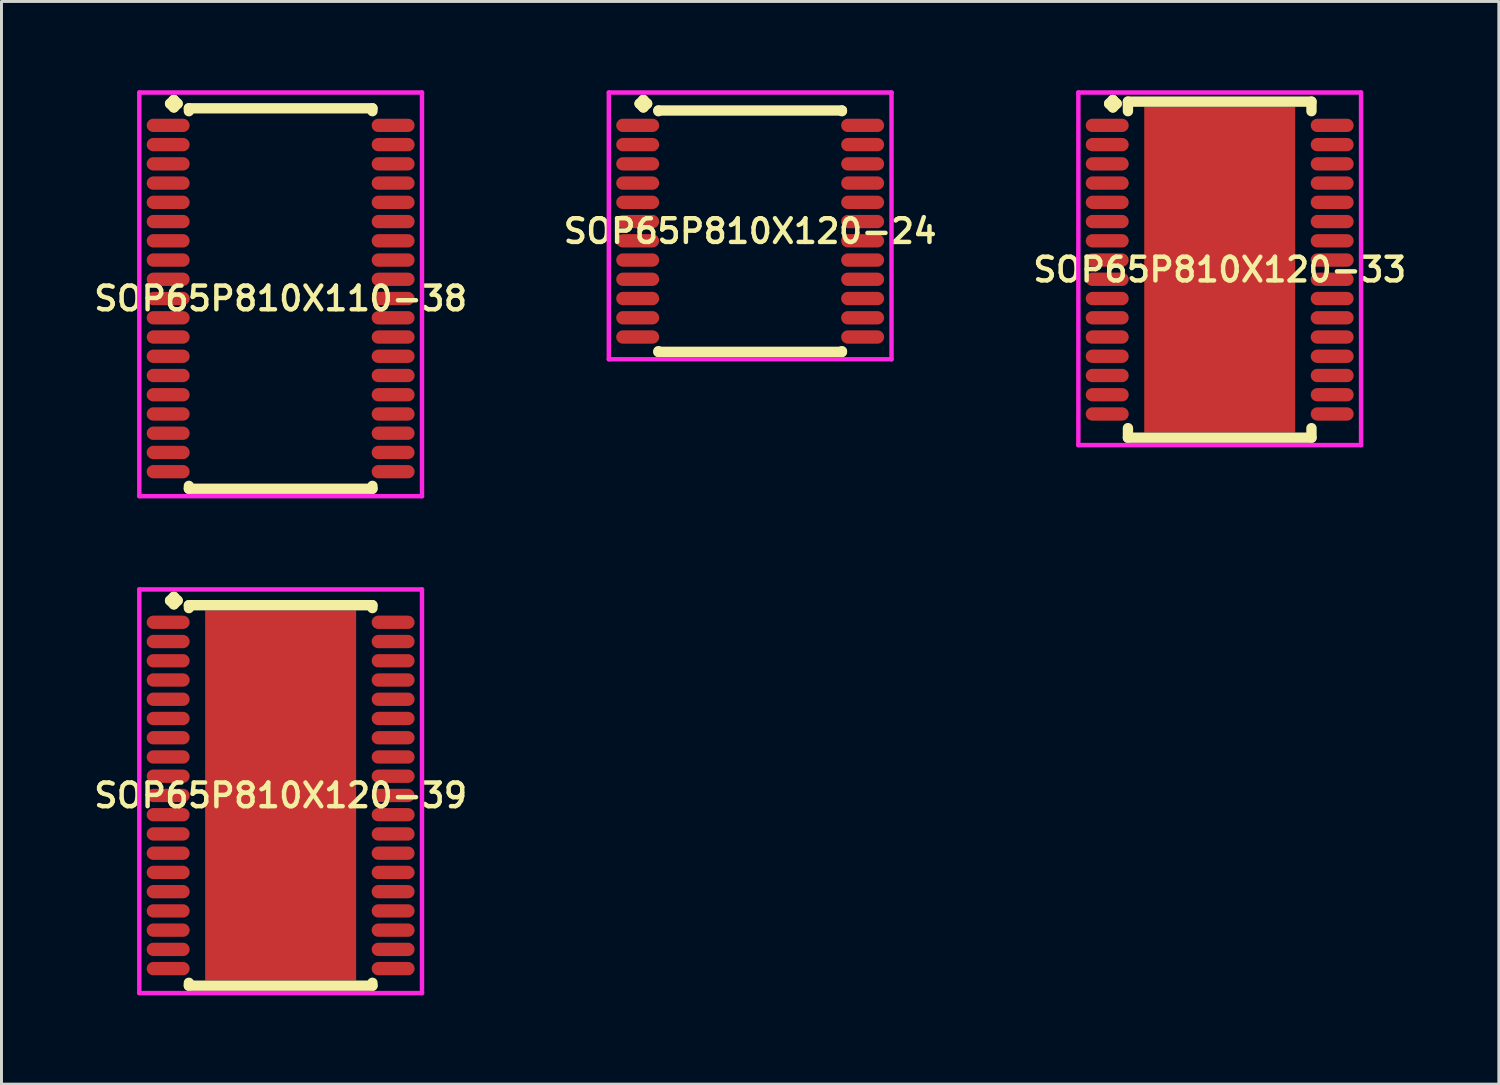
<source format=kicad_pcb>
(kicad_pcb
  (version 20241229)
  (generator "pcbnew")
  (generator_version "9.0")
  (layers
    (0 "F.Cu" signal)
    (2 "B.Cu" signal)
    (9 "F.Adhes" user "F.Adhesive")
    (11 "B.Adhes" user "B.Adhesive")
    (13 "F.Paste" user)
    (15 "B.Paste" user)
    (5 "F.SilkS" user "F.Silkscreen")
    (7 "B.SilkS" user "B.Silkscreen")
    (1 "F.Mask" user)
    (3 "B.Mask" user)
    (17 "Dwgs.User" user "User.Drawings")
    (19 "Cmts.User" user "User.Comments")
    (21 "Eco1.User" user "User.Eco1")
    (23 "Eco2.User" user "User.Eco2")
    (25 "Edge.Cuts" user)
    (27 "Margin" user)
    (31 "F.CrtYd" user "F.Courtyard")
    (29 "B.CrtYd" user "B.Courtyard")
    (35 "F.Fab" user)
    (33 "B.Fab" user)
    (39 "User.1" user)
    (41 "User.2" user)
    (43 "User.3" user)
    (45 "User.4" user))
  (footprint "SOP65P810X120-33"
    (layer "F.Cu")
    (at 38.154 6.06)
    (property "Reference" "SOP65P810X120-33" (at 0 0 0) (layer "F.SilkS") (effects (font (size 0.8 0.8) (thickness 0.15))))
    (attr through_hole)
    (fp_line (start -3.735 -5.608) (end -3.608 -5.735) (stroke (width 0.35) (type solid)) (layer "F.SilkS"))
    (fp_line (start -3.608 -5.735) (end -3.481 -5.608) (stroke (width 0.35) (type solid)) (layer "F.SilkS"))
    (fp_line (start -3.608 -5.481) (end -3.735 -5.608) (stroke (width 0.35) (type solid)) (layer "F.SilkS"))
    (fp_line (start -3.481 -5.608) (end -3.608 -5.481) (stroke (width 0.35) (type solid)) (layer "F.SilkS"))
    (fp_line (start -3.1 -5.677) (end 3.1 -5.677) (stroke (width 0.35) (type solid)) (layer "F.SilkS"))
    (fp_line (start -3.1 -5.354) (end -3.1 -5.677) (stroke (width 0.35) (type solid)) (layer "F.SilkS"))
    (fp_line (start -3.1 5.354) (end -3.1 5.677) (stroke (width 0.35) (type solid)) (layer "F.SilkS"))
    (fp_line (start -3.1 5.677) (end 3.1 5.677) (stroke (width 0.35) (type solid)) (layer "F.SilkS"))
    (fp_line (start 3.1 -5.677) (end 3.1 -5.354) (stroke (width 0.35) (type solid)) (layer "F.SilkS"))
    (fp_line (start 3.1 5.677) (end 3.1 5.354) (stroke (width 0.35) (type solid)) (layer "F.SilkS"))
    (fp_line (start -4.775 -5.985) (end 4.775 -5.985) (stroke (width 0.15) (type solid)) (layer "F.CrtYd"))
    (fp_line (start -4.775 5.927) (end -4.775 -5.985) (stroke (width 0.15) (type solid)) (layer "F.CrtYd"))
    (fp_line (start 4.775 -5.985) (end 4.775 5.927) (stroke (width 0.15) (type solid)) (layer "F.CrtYd"))
    (fp_line (start 4.775 5.927) (end -4.775 5.927) (stroke (width 0.15) (type solid)) (layer "F.CrtYd"))
    (pad "1" smd oval (at -3.8 -4.875) (size 1.45 0.45) (layers "F.Cu" "F.Mask" "F.Paste"))
    (pad "2" smd oval (at -3.8 -4.225) (size 1.45 0.45) (layers "F.Cu" "F.Mask" "F.Paste"))
    (pad "3" smd oval (at -3.8 -3.575) (size 1.45 0.45) (layers "F.Cu" "F.Mask" "F.Paste"))
    (pad "4" smd oval (at -3.8 -2.925) (size 1.45 0.45) (layers "F.Cu" "F.Mask" "F.Paste"))
    (pad "5" smd oval (at -3.8 -2.275) (size 1.45 0.45) (layers "F.Cu" "F.Mask" "F.Paste"))
    (pad "6" smd oval (at -3.8 -1.625) (size 1.45 0.45) (layers "F.Cu" "F.Mask" "F.Paste"))
    (pad "7" smd oval (at -3.8 -0.975) (size 1.45 0.45) (layers "F.Cu" "F.Mask" "F.Paste"))
    (pad "8" smd oval (at -3.8 -0.325) (size 1.45 0.45) (layers "F.Cu" "F.Mask" "F.Paste"))
    (pad "9" smd oval (at -3.8 0.325) (size 1.45 0.45) (layers "F.Cu" "F.Mask" "F.Paste"))
    (pad "10" smd oval (at -3.8 0.975) (size 1.45 0.45) (layers "F.Cu" "F.Mask" "F.Paste"))
    (pad "11" smd oval (at -3.8 1.625) (size 1.45 0.45) (layers "F.Cu" "F.Mask" "F.Paste"))
    (pad "12" smd oval (at -3.8 2.275) (size 1.45 0.45) (layers "F.Cu" "F.Mask" "F.Paste"))
    (pad "13" smd oval (at -3.8 2.925) (size 1.45 0.45) (layers "F.Cu" "F.Mask" "F.Paste"))
    (pad "14" smd oval (at -3.8 3.575) (size 1.45 0.45) (layers "F.Cu" "F.Mask" "F.Paste"))
    (pad "15" smd oval (at -3.8 4.225) (size 1.45 0.45) (layers "F.Cu" "F.Mask" "F.Paste"))
    (pad "16" smd oval (at -3.8 4.875) (size 1.45 0.45) (layers "F.Cu" "F.Mask" "F.Paste"))
    (pad "17" smd oval (at 3.8 4.875) (size 1.45 0.45) (layers "F.Cu" "F.Mask" "F.Paste"))
    (pad "18" smd oval (at 3.8 4.225) (size 1.45 0.45) (layers "F.Cu" "F.Mask" "F.Paste"))
    (pad "19" smd oval (at 3.8 3.575) (size 1.45 0.45) (layers "F.Cu" "F.Mask" "F.Paste"))
    (pad "20" smd oval (at 3.8 2.925) (size 1.45 0.45) (layers "F.Cu" "F.Mask" "F.Paste"))
    (pad "21" smd oval (at 3.8 2.275) (size 1.45 0.45) (layers "F.Cu" "F.Mask" "F.Paste"))
    (pad "22" smd oval (at 3.8 1.625) (size 1.45 0.45) (layers "F.Cu" "F.Mask" "F.Paste"))
    (pad "23" smd oval (at 3.8 0.975) (size 1.45 0.45) (layers "F.Cu" "F.Mask" "F.Paste"))
    (pad "24" smd oval (at 3.8 0.325) (size 1.45 0.45) (layers "F.Cu" "F.Mask" "F.Paste"))
    (pad "25" smd oval (at 3.8 -0.325) (size 1.45 0.45) (layers "F.Cu" "F.Mask" "F.Paste"))
    (pad "26" smd oval (at 3.8 -0.975) (size 1.45 0.45) (layers "F.Cu" "F.Mask" "F.Paste"))
    (pad "27" smd oval (at 3.8 -1.625) (size 1.45 0.45) (layers "F.Cu" "F.Mask" "F.Paste"))
    (pad "28" smd oval (at 3.8 -2.275) (size 1.45 0.45) (layers "F.Cu" "F.Mask" "F.Paste"))
    (pad "29" smd oval (at 3.8 -2.925) (size 1.45 0.45) (layers "F.Cu" "F.Mask" "F.Paste"))
    (pad "30" smd oval (at 3.8 -3.575) (size 1.45 0.45) (layers "F.Cu" "F.Mask" "F.Paste"))
    (pad "31" smd oval (at 3.8 -4.225) (size 1.45 0.45) (layers "F.Cu" "F.Mask" "F.Paste"))
    (pad "32" smd oval (at 3.8 -4.875) (size 1.45 0.45) (layers "F.Cu" "F.Mask" "F.Paste"))
    (pad "33" smd rect (at 0 0) (size 5.1 11) (layers "F.Cu" "F.Mask" "F.Paste")))
  (footprint "SOP65P810X120-24"
    (layer "F.Cu")
    (at 22.292 4.76)
    (property "Reference" "SOP65P810X120-24" (at 0 0 0) (layer "F.SilkS") (effects (font (size 0.8 0.8) (thickness 0.15))))
    (attr smd)
    (fp_line (start -3.735 -4.308) (end -3.608 -4.435) (stroke (width 0.35) (type solid)) (layer "F.SilkS"))
    (fp_line (start -3.608 -4.435) (end -3.481 -4.308) (stroke (width 0.35) (type solid)) (layer "F.SilkS"))
    (fp_line (start -3.608 -4.181) (end -3.735 -4.308) (stroke (width 0.35) (type solid)) (layer "F.SilkS"))
    (fp_line (start -3.481 -4.308) (end -3.608 -4.181) (stroke (width 0.35) (type solid)) (layer "F.SilkS"))
    (fp_line (start -3.1 -4.077) (end 3.1 -4.077) (stroke (width 0.35) (type solid)) (layer "F.SilkS"))
    (fp_line (start -3.1 -4.054) (end -3.1 -4.077) (stroke (width 0.35) (type solid)) (layer "F.SilkS"))
    (fp_line (start -3.1 4.054) (end -3.1 4.077) (stroke (width 0.35) (type solid)) (layer "F.SilkS"))
    (fp_line (start -3.1 4.077) (end 3.1 4.077) (stroke (width 0.35) (type solid)) (layer "F.SilkS"))
    (fp_line (start 3.1 -4.077) (end 3.1 -4.054) (stroke (width 0.35) (type solid)) (layer "F.SilkS"))
    (fp_line (start 3.1 4.077) (end 3.1 4.054) (stroke (width 0.35) (type solid)) (layer "F.SilkS"))
    (fp_line (start -4.775 -4.685) (end 4.775 -4.685) (stroke (width 0.15) (type solid)) (layer "F.CrtYd"))
    (fp_line (start -4.775 4.327) (end -4.775 -4.685) (stroke (width 0.15) (type solid)) (layer "F.CrtYd"))
    (fp_line (start 4.775 -4.685) (end 4.775 4.327) (stroke (width 0.15) (type solid)) (layer "F.CrtYd"))
    (fp_line (start 4.775 4.327) (end -4.775 4.327) (stroke (width 0.15) (type solid)) (layer "F.CrtYd"))
    (pad "1" smd oval (at -3.8 -3.575) (size 1.45 0.45) (layers "F.Cu" "F.Mask" "F.Paste"))
    (pad "2" smd oval (at -3.8 -2.925) (size 1.45 0.45) (layers "F.Cu" "F.Mask" "F.Paste"))
    (pad "3" smd oval (at -3.8 -2.275) (size 1.45 0.45) (layers "F.Cu" "F.Mask" "F.Paste"))
    (pad "4" smd oval (at -3.8 -1.625) (size 1.45 0.45) (layers "F.Cu" "F.Mask" "F.Paste"))
    (pad "5" smd oval (at -3.8 -0.975) (size 1.45 0.45) (layers "F.Cu" "F.Mask" "F.Paste"))
    (pad "6" smd oval (at -3.8 -0.325) (size 1.45 0.45) (layers "F.Cu" "F.Mask" "F.Paste"))
    (pad "7" smd oval (at -3.8 0.325) (size 1.45 0.45) (layers "F.Cu" "F.Mask" "F.Paste"))
    (pad "8" smd oval (at -3.8 0.975) (size 1.45 0.45) (layers "F.Cu" "F.Mask" "F.Paste"))
    (pad "9" smd oval (at -3.8 1.625) (size 1.45 0.45) (layers "F.Cu" "F.Mask" "F.Paste"))
    (pad "10" smd oval (at -3.8 2.275) (size 1.45 0.45) (layers "F.Cu" "F.Mask" "F.Paste"))
    (pad "11" smd oval (at -3.8 2.925) (size 1.45 0.45) (layers "F.Cu" "F.Mask" "F.Paste"))
    (pad "12" smd oval (at -3.8 3.575) (size 1.45 0.45) (layers "F.Cu" "F.Mask" "F.Paste"))
    (pad "13" smd oval (at 3.8 3.575) (size 1.45 0.45) (layers "F.Cu" "F.Mask" "F.Paste"))
    (pad "14" smd oval (at 3.8 2.925) (size 1.45 0.45) (layers "F.Cu" "F.Mask" "F.Paste"))
    (pad "15" smd oval (at 3.8 2.275) (size 1.45 0.45) (layers "F.Cu" "F.Mask" "F.Paste"))
    (pad "16" smd oval (at 3.8 1.625) (size 1.45 0.45) (layers "F.Cu" "F.Mask" "F.Paste"))
    (pad "17" smd oval (at 3.8 0.975) (size 1.45 0.45) (layers "F.Cu" "F.Mask" "F.Paste"))
    (pad "18" smd oval (at 3.8 0.325) (size 1.45 0.45) (layers "F.Cu" "F.Mask" "F.Paste"))
    (pad "19" smd oval (at 3.8 -0.325) (size 1.45 0.45) (layers "F.Cu" "F.Mask" "F.Paste"))
    (pad "20" smd oval (at 3.8 -0.975) (size 1.45 0.45) (layers "F.Cu" "F.Mask" "F.Paste"))
    (pad "21" smd oval (at 3.8 -1.625) (size 1.45 0.45) (layers "F.Cu" "F.Mask" "F.Paste"))
    (pad "22" smd oval (at 3.8 -2.275) (size 1.45 0.45) (layers "F.Cu" "F.Mask" "F.Paste"))
    (pad "23" smd oval (at 3.8 -2.925) (size 1.45 0.45) (layers "F.Cu" "F.Mask" "F.Paste"))
    (pad "24" smd oval (at 3.8 -3.575) (size 1.45 0.45) (layers "F.Cu" "F.Mask" "F.Paste")))
  (footprint "SOP65P810X110-38"
    (layer "F.Cu")
    (at 6.431 7.035)
    (property "Reference" "SOP65P810X110-38" (at 0 0 0) (layer "F.SilkS") (effects (font (size 0.8 0.8) (thickness 0.15))))
    (attr smd)
    (fp_line (start -3.735 -6.583) (end -3.608 -6.71) (stroke (width 0.35) (type solid)) (layer "F.SilkS"))
    (fp_line (start -3.608 -6.71) (end -3.481 -6.583) (stroke (width 0.35) (type solid)) (layer "F.SilkS"))
    (fp_line (start -3.608 -6.456) (end -3.735 -6.583) (stroke (width 0.35) (type solid)) (layer "F.SilkS"))
    (fp_line (start -3.481 -6.583) (end -3.608 -6.456) (stroke (width 0.35) (type solid)) (layer "F.SilkS"))
    (fp_line (start -3.1 -6.427) (end 3.1 -6.427) (stroke (width 0.35) (type solid)) (layer "F.SilkS"))
    (fp_line (start -3.1 -6.329) (end -3.1 -6.427) (stroke (width 0.35) (type solid)) (layer "F.SilkS"))
    (fp_line (start -3.1 6.329) (end -3.1 6.427) (stroke (width 0.35) (type solid)) (layer "F.SilkS"))
    (fp_line (start -3.1 6.427) (end 3.1 6.427) (stroke (width 0.35) (type solid)) (layer "F.SilkS"))
    (fp_line (start 3.1 -6.427) (end 3.1 -6.329) (stroke (width 0.35) (type solid)) (layer "F.SilkS"))
    (fp_line (start 3.1 6.427) (end 3.1 6.329) (stroke (width 0.35) (type solid)) (layer "F.SilkS"))
    (fp_line (start -4.775 -6.96) (end 4.775 -6.96) (stroke (width 0.15) (type solid)) (layer "F.CrtYd"))
    (fp_line (start -4.775 6.677) (end -4.775 -6.96) (stroke (width 0.15) (type solid)) (layer "F.CrtYd"))
    (fp_line (start 4.775 -6.96) (end 4.775 6.677) (stroke (width 0.15) (type solid)) (layer "F.CrtYd"))
    (fp_line (start 4.775 6.677) (end -4.775 6.677) (stroke (width 0.15) (type solid)) (layer "F.CrtYd"))
    (pad "1" smd oval (at -3.8 -5.85) (size 1.45 0.45) (layers "F.Cu" "F.Mask" "F.Paste"))
    (pad "2" smd oval (at -3.8 -5.2) (size 1.45 0.45) (layers "F.Cu" "F.Mask" "F.Paste"))
    (pad "3" smd oval (at -3.8 -4.55) (size 1.45 0.45) (layers "F.Cu" "F.Mask" "F.Paste"))
    (pad "4" smd oval (at -3.8 -3.9) (size 1.45 0.45) (layers "F.Cu" "F.Mask" "F.Paste"))
    (pad "5" smd oval (at -3.8 -3.25) (size 1.45 0.45) (layers "F.Cu" "F.Mask" "F.Paste"))
    (pad "6" smd oval (at -3.8 -2.6) (size 1.45 0.45) (layers "F.Cu" "F.Mask" "F.Paste"))
    (pad "7" smd oval (at -3.8 -1.95) (size 1.45 0.45) (layers "F.Cu" "F.Mask" "F.Paste"))
    (pad "8" smd oval (at -3.8 -1.3) (size 1.45 0.45) (layers "F.Cu" "F.Mask" "F.Paste"))
    (pad "9" smd oval (at -3.8 -0.65) (size 1.45 0.45) (layers "F.Cu" "F.Mask" "F.Paste"))
    (pad "10" smd oval (at -3.8 0) (size 1.45 0.45) (layers "F.Cu" "F.Mask" "F.Paste"))
    (pad "11" smd oval (at -3.8 0.65) (size 1.45 0.45) (layers "F.Cu" "F.Mask" "F.Paste"))
    (pad "12" smd oval (at -3.8 1.3) (size 1.45 0.45) (layers "F.Cu" "F.Mask" "F.Paste"))
    (pad "13" smd oval (at -3.8 1.95) (size 1.45 0.45) (layers "F.Cu" "F.Mask" "F.Paste"))
    (pad "14" smd oval (at -3.8 2.6) (size 1.45 0.45) (layers "F.Cu" "F.Mask" "F.Paste"))
    (pad "15" smd oval (at -3.8 3.25) (size 1.45 0.45) (layers "F.Cu" "F.Mask" "F.Paste"))
    (pad "16" smd oval (at -3.8 3.9) (size 1.45 0.45) (layers "F.Cu" "F.Mask" "F.Paste"))
    (pad "17" smd oval (at -3.8 4.55) (size 1.45 0.45) (layers "F.Cu" "F.Mask" "F.Paste"))
    (pad "18" smd oval (at -3.8 5.2) (size 1.45 0.45) (layers "F.Cu" "F.Mask" "F.Paste"))
    (pad "19" smd oval (at -3.8 5.85) (size 1.45 0.45) (layers "F.Cu" "F.Mask" "F.Paste"))
    (pad "20" smd oval (at 3.8 5.85) (size 1.45 0.45) (layers "F.Cu" "F.Mask" "F.Paste"))
    (pad "21" smd oval (at 3.8 5.2) (size 1.45 0.45) (layers "F.Cu" "F.Mask" "F.Paste"))
    (pad "22" smd oval (at 3.8 4.55) (size 1.45 0.45) (layers "F.Cu" "F.Mask" "F.Paste"))
    (pad "23" smd oval (at 3.8 3.9) (size 1.45 0.45) (layers "F.Cu" "F.Mask" "F.Paste"))
    (pad "24" smd oval (at 3.8 3.25) (size 1.45 0.45) (layers "F.Cu" "F.Mask" "F.Paste"))
    (pad "25" smd oval (at 3.8 2.6) (size 1.45 0.45) (layers "F.Cu" "F.Mask" "F.Paste"))
    (pad "26" smd oval (at 3.8 1.95) (size 1.45 0.45) (layers "F.Cu" "F.Mask" "F.Paste"))
    (pad "27" smd oval (at 3.8 1.3) (size 1.45 0.45) (layers "F.Cu" "F.Mask" "F.Paste"))
    (pad "28" smd oval (at 3.8 0.65) (size 1.45 0.45) (layers "F.Cu" "F.Mask" "F.Paste"))
    (pad "29" smd oval (at 3.8 0) (size 1.45 0.45) (layers "F.Cu" "F.Mask" "F.Paste"))
    (pad "30" smd oval (at 3.8 -0.65) (size 1.45 0.45) (layers "F.Cu" "F.Mask" "F.Paste"))
    (pad "31" smd oval (at 3.8 -1.3) (size 1.45 0.45) (layers "F.Cu" "F.Mask" "F.Paste"))
    (pad "32" smd oval (at 3.8 -1.95) (size 1.45 0.45) (layers "F.Cu" "F.Mask" "F.Paste"))
    (pad "33" smd oval (at 3.8 -2.6) (size 1.45 0.45) (layers "F.Cu" "F.Mask" "F.Paste"))
    (pad "34" smd oval (at 3.8 -3.25) (size 1.45 0.45) (layers "F.Cu" "F.Mask" "F.Paste"))
    (pad "35" smd oval (at 3.8 -3.9) (size 1.45 0.45) (layers "F.Cu" "F.Mask" "F.Paste"))
    (pad "36" smd oval (at 3.8 -4.55) (size 1.45 0.45) (layers "F.Cu" "F.Mask" "F.Paste"))
    (pad "37" smd oval (at 3.8 -5.2) (size 1.45 0.45) (layers "F.Cu" "F.Mask" "F.Paste"))
    (pad "38" smd oval (at 3.8 -5.85) (size 1.45 0.45) (layers "F.Cu" "F.Mask" "F.Paste")))
  (footprint "SOP65P810X120-39"
    (layer "F.Cu")
    (at 6.431 23.822)
    (property "Reference" "SOP65P810X120-39" (at 0 0 0) (layer "F.SilkS") (effects (font (size 0.8 0.8) (thickness 0.15))))
    (attr smd)
    (fp_line (start -3.735 -6.583) (end -3.608 -6.71) (stroke (width 0.35) (type solid)) (layer "F.SilkS"))
    (fp_line (start -3.608 -6.71) (end -3.481 -6.583) (stroke (width 0.35) (type solid)) (layer "F.SilkS"))
    (fp_line (start -3.608 -6.456) (end -3.735 -6.583) (stroke (width 0.35) (type solid)) (layer "F.SilkS"))
    (fp_line (start -3.481 -6.583) (end -3.608 -6.456) (stroke (width 0.35) (type solid)) (layer "F.SilkS"))
    (fp_line (start -3.1 -6.427) (end 3.1 -6.427) (stroke (width 0.35) (type solid)) (layer "F.SilkS"))
    (fp_line (start -3.1 -6.329) (end -3.1 -6.427) (stroke (width 0.35) (type solid)) (layer "F.SilkS"))
    (fp_line (start -3.1 6.329) (end -3.1 6.427) (stroke (width 0.35) (type solid)) (layer "F.SilkS"))
    (fp_line (start -3.1 6.427) (end 3.1 6.427) (stroke (width 0.35) (type solid)) (layer "F.SilkS"))
    (fp_line (start 3.1 -6.427) (end 3.1 -6.329) (stroke (width 0.35) (type solid)) (layer "F.SilkS"))
    (fp_line (start 3.1 6.427) (end 3.1 6.329) (stroke (width 0.35) (type solid)) (layer "F.SilkS"))
    (fp_line (start -4.775 -6.96) (end 4.775 -6.96) (stroke (width 0.15) (type solid)) (layer "F.CrtYd"))
    (fp_line (start -4.775 6.677) (end -4.775 -6.96) (stroke (width 0.15) (type solid)) (layer "F.CrtYd"))
    (fp_line (start 4.775 -6.96) (end 4.775 6.677) (stroke (width 0.15) (type solid)) (layer "F.CrtYd"))
    (fp_line (start 4.775 6.677) (end -4.775 6.677) (stroke (width 0.15) (type solid)) (layer "F.CrtYd"))
    (pad "1" smd oval (at -3.8 -5.85) (size 1.45 0.45) (layers "F.Cu" "F.Mask" "F.Paste"))
    (pad "2" smd oval (at -3.8 -5.2) (size 1.45 0.45) (layers "F.Cu" "F.Mask" "F.Paste"))
    (pad "3" smd oval (at -3.8 -4.55) (size 1.45 0.45) (layers "F.Cu" "F.Mask" "F.Paste"))
    (pad "4" smd oval (at -3.8 -3.9) (size 1.45 0.45) (layers "F.Cu" "F.Mask" "F.Paste"))
    (pad "5" smd oval (at -3.8 -3.25) (size 1.45 0.45) (layers "F.Cu" "F.Mask" "F.Paste"))
    (pad "6" smd oval (at -3.8 -2.6) (size 1.45 0.45) (layers "F.Cu" "F.Mask" "F.Paste"))
    (pad "7" smd oval (at -3.8 -1.95) (size 1.45 0.45) (layers "F.Cu" "F.Mask" "F.Paste"))
    (pad "8" smd oval (at -3.8 -1.3) (size 1.45 0.45) (layers "F.Cu" "F.Mask" "F.Paste"))
    (pad "9" smd oval (at -3.8 -0.65) (size 1.45 0.45) (layers "F.Cu" "F.Mask" "F.Paste"))
    (pad "10" smd oval (at -3.8 0) (size 1.45 0.45) (layers "F.Cu" "F.Mask" "F.Paste"))
    (pad "11" smd oval (at -3.8 0.65) (size 1.45 0.45) (layers "F.Cu" "F.Mask" "F.Paste"))
    (pad "12" smd oval (at -3.8 1.3) (size 1.45 0.45) (layers "F.Cu" "F.Mask" "F.Paste"))
    (pad "13" smd oval (at -3.8 1.95) (size 1.45 0.45) (layers "F.Cu" "F.Mask" "F.Paste"))
    (pad "14" smd oval (at -3.8 2.6) (size 1.45 0.45) (layers "F.Cu" "F.Mask" "F.Paste"))
    (pad "15" smd oval (at -3.8 3.25) (size 1.45 0.45) (layers "F.Cu" "F.Mask" "F.Paste"))
    (pad "16" smd oval (at -3.8 3.9) (size 1.45 0.45) (layers "F.Cu" "F.Mask" "F.Paste"))
    (pad "17" smd oval (at -3.8 4.55) (size 1.45 0.45) (layers "F.Cu" "F.Mask" "F.Paste"))
    (pad "18" smd oval (at -3.8 5.2) (size 1.45 0.45) (layers "F.Cu" "F.Mask" "F.Paste"))
    (pad "19" smd oval (at -3.8 5.85) (size 1.45 0.45) (layers "F.Cu" "F.Mask" "F.Paste"))
    (pad "20" smd oval (at 3.8 5.85) (size 1.45 0.45) (layers "F.Cu" "F.Mask" "F.Paste"))
    (pad "21" smd oval (at 3.8 5.2) (size 1.45 0.45) (layers "F.Cu" "F.Mask" "F.Paste"))
    (pad "22" smd oval (at 3.8 4.55) (size 1.45 0.45) (layers "F.Cu" "F.Mask" "F.Paste"))
    (pad "23" smd oval (at 3.8 3.9) (size 1.45 0.45) (layers "F.Cu" "F.Mask" "F.Paste"))
    (pad "24" smd oval (at 3.8 3.25) (size 1.45 0.45) (layers "F.Cu" "F.Mask" "F.Paste"))
    (pad "25" smd oval (at 3.8 2.6) (size 1.45 0.45) (layers "F.Cu" "F.Mask" "F.Paste"))
    (pad "26" smd oval (at 3.8 1.95) (size 1.45 0.45) (layers "F.Cu" "F.Mask" "F.Paste"))
    (pad "27" smd oval (at 3.8 1.3) (size 1.45 0.45) (layers "F.Cu" "F.Mask" "F.Paste"))
    (pad "28" smd oval (at 3.8 0.65) (size 1.45 0.45) (layers "F.Cu" "F.Mask" "F.Paste"))
    (pad "29" smd oval (at 3.8 0) (size 1.45 0.45) (layers "F.Cu" "F.Mask" "F.Paste"))
    (pad "30" smd oval (at 3.8 -0.65) (size 1.45 0.45) (layers "F.Cu" "F.Mask" "F.Paste"))
    (pad "31" smd oval (at 3.8 -1.3) (size 1.45 0.45) (layers "F.Cu" "F.Mask" "F.Paste"))
    (pad "32" smd oval (at 3.8 -1.95) (size 1.45 0.45) (layers "F.Cu" "F.Mask" "F.Paste"))
    (pad "33" smd oval (at 3.8 -2.6) (size 1.45 0.45) (layers "F.Cu" "F.Mask" "F.Paste"))
    (pad "34" smd oval (at 3.8 -3.25) (size 1.45 0.45) (layers "F.Cu" "F.Mask" "F.Paste"))
    (pad "35" smd oval (at 3.8 -3.9) (size 1.45 0.45) (layers "F.Cu" "F.Mask" "F.Paste"))
    (pad "36" smd oval (at 3.8 -4.55) (size 1.45 0.45) (layers "F.Cu" "F.Mask" "F.Paste"))
    (pad "37" smd oval (at 3.8 -5.2) (size 1.45 0.45) (layers "F.Cu" "F.Mask" "F.Paste"))
    (pad "38" smd oval (at 3.8 -5.85) (size 1.45 0.45) (layers "F.Cu" "F.Mask" "F.Paste"))
    (pad "39" smd rect (at 0 0) (size 5.1 12.5) (layers "F.Cu" "F.Mask" "F.Paste")))
  (gr_rect
    (start -3 -3)
    (end 47.584 33.574)
    (stroke (width 0.1) (type default))
    (fill no)
    (layer "Edge.Cuts")))
</source>
